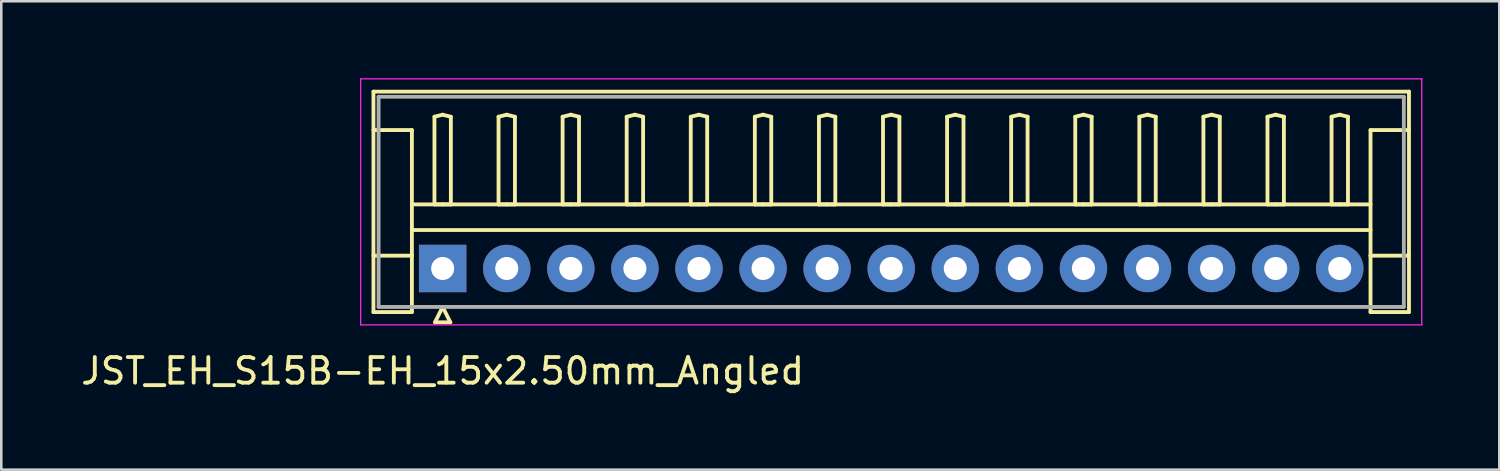
<source format=kicad_pcb>
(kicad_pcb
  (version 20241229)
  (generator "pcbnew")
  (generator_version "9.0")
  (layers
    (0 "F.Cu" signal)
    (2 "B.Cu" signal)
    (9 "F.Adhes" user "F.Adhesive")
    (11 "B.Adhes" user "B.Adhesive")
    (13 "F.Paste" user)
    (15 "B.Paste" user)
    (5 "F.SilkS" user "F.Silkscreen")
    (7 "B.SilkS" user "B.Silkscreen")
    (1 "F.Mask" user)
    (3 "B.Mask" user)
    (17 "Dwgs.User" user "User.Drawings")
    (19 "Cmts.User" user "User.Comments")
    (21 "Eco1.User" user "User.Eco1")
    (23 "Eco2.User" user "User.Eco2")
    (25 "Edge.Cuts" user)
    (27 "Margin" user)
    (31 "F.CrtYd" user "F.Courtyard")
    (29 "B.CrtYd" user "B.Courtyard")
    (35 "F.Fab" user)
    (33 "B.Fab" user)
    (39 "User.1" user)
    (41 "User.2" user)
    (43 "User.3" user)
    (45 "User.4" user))
  (footprint "JST_EH_S15B-EH_15x2.50mm_Angled"
    (layer "F.Cu")
    (at 14.22 7.425)
    (property "Reference" "JST_EH_S15B-EH_15x2.50mm_Angled" (at 0 4 0) (layer "F.SilkS") (effects (font (size 1 1) (thickness 0.15))))
    (attr through_hole)
    (fp_line (start -2.7 -6.9) (end 37.7 -6.9) (stroke (width 0.15) (type solid)) (layer "F.SilkS"))
    (fp_line (start -2.7 -5.4) (end -1.2 -5.4) (stroke (width 0.15) (type solid)) (layer "F.SilkS"))
    (fp_line (start -2.7 1.7) (end -2.7 -6.9) (stroke (width 0.15) (type solid)) (layer "F.SilkS"))
    (fp_line (start -1.2 -5.4) (end -1.2 -0.5) (stroke (width 0.15) (type solid)) (layer "F.SilkS"))
    (fp_line (start -1.2 -2.5) (end 36.2 -2.5) (stroke (width 0.15) (type solid)) (layer "F.SilkS"))
    (fp_line (start -1.2 -1.5) (end 36.2 -1.5) (stroke (width 0.15) (type solid)) (layer "F.SilkS"))
    (fp_line (start -1.2 -0.5) (end -2.7 -0.5) (stroke (width 0.15) (type solid)) (layer "F.SilkS"))
    (fp_line (start -1.2 -0.5) (end -1.2 1.7) (stroke (width 0.15) (type solid)) (layer "F.SilkS"))
    (fp_line (start -1.2 1.7) (end -2.7 1.7) (stroke (width 0.15) (type solid)) (layer "F.SilkS"))
    (fp_line (start -0.32 -5.92) (end 0 -6) (stroke (width 0.15) (type solid)) (layer "F.SilkS"))
    (fp_line (start -0.32 -2.5) (end -0.32 -5.92) (stroke (width 0.15) (type solid)) (layer "F.SilkS"))
    (fp_line (start -0.3 2.1) (end 0.3 2.1) (stroke (width 0.15) (type solid)) (layer "F.SilkS"))
    (fp_line (start 0 -6) (end 0.32 -5.92) (stroke (width 0.15) (type solid)) (layer "F.SilkS"))
    (fp_line (start 0 -2.5) (end -0.32 -2.5) (stroke (width 0.15) (type solid)) (layer "F.SilkS"))
    (fp_line (start 0 1.5) (end -0.3 2.1) (stroke (width 0.15) (type solid)) (layer "F.SilkS"))
    (fp_line (start 0.3 2.1) (end 0 1.5) (stroke (width 0.15) (type solid)) (layer "F.SilkS"))
    (fp_line (start 0.32 -5.92) (end 0.32 -2.5) (stroke (width 0.15) (type solid)) (layer "F.SilkS"))
    (fp_line (start 0.32 -2.5) (end 0 -2.5) (stroke (width 0.15) (type solid)) (layer "F.SilkS"))
    (fp_line (start 2.18 -5.92) (end 2.5 -6) (stroke (width 0.15) (type solid)) (layer "F.SilkS"))
    (fp_line (start 2.18 -2.5) (end 2.18 -5.92) (stroke (width 0.15) (type solid)) (layer "F.SilkS"))
    (fp_line (start 2.5 -6) (end 2.82 -5.92) (stroke (width 0.15) (type solid)) (layer "F.SilkS"))
    (fp_line (start 2.5 -2.5) (end 2.18 -2.5) (stroke (width 0.15) (type solid)) (layer "F.SilkS"))
    (fp_line (start 2.82 -5.92) (end 2.82 -2.5) (stroke (width 0.15) (type solid)) (layer "F.SilkS"))
    (fp_line (start 2.82 -2.5) (end 2.5 -2.5) (stroke (width 0.15) (type solid)) (layer "F.SilkS"))
    (fp_line (start 4.68 -5.92) (end 5 -6) (stroke (width 0.15) (type solid)) (layer "F.SilkS"))
    (fp_line (start 4.68 -2.5) (end 4.68 -5.92) (stroke (width 0.15) (type solid)) (layer "F.SilkS"))
    (fp_line (start 5 -6) (end 5.32 -5.92) (stroke (width 0.15) (type solid)) (layer "F.SilkS"))
    (fp_line (start 5 -2.5) (end 4.68 -2.5) (stroke (width 0.15) (type solid)) (layer "F.SilkS"))
    (fp_line (start 5.32 -5.92) (end 5.32 -2.5) (stroke (width 0.15) (type solid)) (layer "F.SilkS"))
    (fp_line (start 5.32 -2.5) (end 5 -2.5) (stroke (width 0.15) (type solid)) (layer "F.SilkS"))
    (fp_line (start 7.18 -5.92) (end 7.5 -6) (stroke (width 0.15) (type solid)) (layer "F.SilkS"))
    (fp_line (start 7.18 -2.5) (end 7.18 -5.92) (stroke (width 0.15) (type solid)) (layer "F.SilkS"))
    (fp_line (start 7.5 -6) (end 7.82 -5.92) (stroke (width 0.15) (type solid)) (layer "F.SilkS"))
    (fp_line (start 7.5 -2.5) (end 7.18 -2.5) (stroke (width 0.15) (type solid)) (layer "F.SilkS"))
    (fp_line (start 7.82 -5.92) (end 7.82 -2.5) (stroke (width 0.15) (type solid)) (layer "F.SilkS"))
    (fp_line (start 7.82 -2.5) (end 7.5 -2.5) (stroke (width 0.15) (type solid)) (layer "F.SilkS"))
    (fp_line (start 9.68 -5.92) (end 10 -6) (stroke (width 0.15) (type solid)) (layer "F.SilkS"))
    (fp_line (start 9.68 -2.5) (end 9.68 -5.92) (stroke (width 0.15) (type solid)) (layer "F.SilkS"))
    (fp_line (start 10 -6) (end 10.32 -5.92) (stroke (width 0.15) (type solid)) (layer "F.SilkS"))
    (fp_line (start 10 -2.5) (end 9.68 -2.5) (stroke (width 0.15) (type solid)) (layer "F.SilkS"))
    (fp_line (start 10.32 -5.92) (end 10.32 -2.5) (stroke (width 0.15) (type solid)) (layer "F.SilkS"))
    (fp_line (start 10.32 -2.5) (end 10 -2.5) (stroke (width 0.15) (type solid)) (layer "F.SilkS"))
    (fp_line (start 12.18 -5.92) (end 12.5 -6) (stroke (width 0.15) (type solid)) (layer "F.SilkS"))
    (fp_line (start 12.18 -2.5) (end 12.18 -5.92) (stroke (width 0.15) (type solid)) (layer "F.SilkS"))
    (fp_line (start 12.5 -6) (end 12.82 -5.92) (stroke (width 0.15) (type solid)) (layer "F.SilkS"))
    (fp_line (start 12.5 -2.5) (end 12.18 -2.5) (stroke (width 0.15) (type solid)) (layer "F.SilkS"))
    (fp_line (start 12.82 -5.92) (end 12.82 -2.5) (stroke (width 0.15) (type solid)) (layer "F.SilkS"))
    (fp_line (start 12.82 -2.5) (end 12.5 -2.5) (stroke (width 0.15) (type solid)) (layer "F.SilkS"))
    (fp_line (start 14.68 -5.92) (end 15 -6) (stroke (width 0.15) (type solid)) (layer "F.SilkS"))
    (fp_line (start 14.68 -2.5) (end 14.68 -5.92) (stroke (width 0.15) (type solid)) (layer "F.SilkS"))
    (fp_line (start 15 -6) (end 15.32 -5.92) (stroke (width 0.15) (type solid)) (layer "F.SilkS"))
    (fp_line (start 15 -2.5) (end 14.68 -2.5) (stroke (width 0.15) (type solid)) (layer "F.SilkS"))
    (fp_line (start 15.32 -5.92) (end 15.32 -2.5) (stroke (width 0.15) (type solid)) (layer "F.SilkS"))
    (fp_line (start 15.32 -2.5) (end 15 -2.5) (stroke (width 0.15) (type solid)) (layer "F.SilkS"))
    (fp_line (start 17.18 -5.92) (end 17.5 -6) (stroke (width 0.15) (type solid)) (layer "F.SilkS"))
    (fp_line (start 17.18 -2.5) (end 17.18 -5.92) (stroke (width 0.15) (type solid)) (layer "F.SilkS"))
    (fp_line (start 17.5 -6) (end 17.82 -5.92) (stroke (width 0.15) (type solid)) (layer "F.SilkS"))
    (fp_line (start 17.5 -2.5) (end 17.18 -2.5) (stroke (width 0.15) (type solid)) (layer "F.SilkS"))
    (fp_line (start 17.82 -5.92) (end 17.82 -2.5) (stroke (width 0.15) (type solid)) (layer "F.SilkS"))
    (fp_line (start 17.82 -2.5) (end 17.5 -2.5) (stroke (width 0.15) (type solid)) (layer "F.SilkS"))
    (fp_line (start 19.68 -5.92) (end 20 -6) (stroke (width 0.15) (type solid)) (layer "F.SilkS"))
    (fp_line (start 19.68 -2.5) (end 19.68 -5.92) (stroke (width 0.15) (type solid)) (layer "F.SilkS"))
    (fp_line (start 20 -6) (end 20.32 -5.92) (stroke (width 0.15) (type solid)) (layer "F.SilkS"))
    (fp_line (start 20 -2.5) (end 19.68 -2.5) (stroke (width 0.15) (type solid)) (layer "F.SilkS"))
    (fp_line (start 20.32 -5.92) (end 20.32 -2.5) (stroke (width 0.15) (type solid)) (layer "F.SilkS"))
    (fp_line (start 20.32 -2.5) (end 20 -2.5) (stroke (width 0.15) (type solid)) (layer "F.SilkS"))
    (fp_line (start 22.18 -5.92) (end 22.5 -6) (stroke (width 0.15) (type solid)) (layer "F.SilkS"))
    (fp_line (start 22.18 -2.5) (end 22.18 -5.92) (stroke (width 0.15) (type solid)) (layer "F.SilkS"))
    (fp_line (start 22.5 -6) (end 22.82 -5.92) (stroke (width 0.15) (type solid)) (layer "F.SilkS"))
    (fp_line (start 22.5 -2.5) (end 22.18 -2.5) (stroke (width 0.15) (type solid)) (layer "F.SilkS"))
    (fp_line (start 22.82 -5.92) (end 22.82 -2.5) (stroke (width 0.15) (type solid)) (layer "F.SilkS"))
    (fp_line (start 22.82 -2.5) (end 22.5 -2.5) (stroke (width 0.15) (type solid)) (layer "F.SilkS"))
    (fp_line (start 24.68 -5.92) (end 25 -6) (stroke (width 0.15) (type solid)) (layer "F.SilkS"))
    (fp_line (start 24.68 -2.5) (end 24.68 -5.92) (stroke (width 0.15) (type solid)) (layer "F.SilkS"))
    (fp_line (start 25 -6) (end 25.32 -5.92) (stroke (width 0.15) (type solid)) (layer "F.SilkS"))
    (fp_line (start 25 -2.5) (end 24.68 -2.5) (stroke (width 0.15) (type solid)) (layer "F.SilkS"))
    (fp_line (start 25.32 -5.92) (end 25.32 -2.5) (stroke (width 0.15) (type solid)) (layer "F.SilkS"))
    (fp_line (start 25.32 -2.5) (end 25 -2.5) (stroke (width 0.15) (type solid)) (layer "F.SilkS"))
    (fp_line (start 27.18 -5.92) (end 27.5 -6) (stroke (width 0.15) (type solid)) (layer "F.SilkS"))
    (fp_line (start 27.18 -2.5) (end 27.18 -5.92) (stroke (width 0.15) (type solid)) (layer "F.SilkS"))
    (fp_line (start 27.5 -6) (end 27.82 -5.92) (stroke (width 0.15) (type solid)) (layer "F.SilkS"))
    (fp_line (start 27.5 -2.5) (end 27.18 -2.5) (stroke (width 0.15) (type solid)) (layer "F.SilkS"))
    (fp_line (start 27.82 -5.92) (end 27.82 -2.5) (stroke (width 0.15) (type solid)) (layer "F.SilkS"))
    (fp_line (start 27.82 -2.5) (end 27.5 -2.5) (stroke (width 0.15) (type solid)) (layer "F.SilkS"))
    (fp_line (start 29.68 -5.92) (end 30 -6) (stroke (width 0.15) (type solid)) (layer "F.SilkS"))
    (fp_line (start 29.68 -2.5) (end 29.68 -5.92) (stroke (width 0.15) (type solid)) (layer "F.SilkS"))
    (fp_line (start 30 -6) (end 30.32 -5.92) (stroke (width 0.15) (type solid)) (layer "F.SilkS"))
    (fp_line (start 30 -2.5) (end 29.68 -2.5) (stroke (width 0.15) (type solid)) (layer "F.SilkS"))
    (fp_line (start 30.32 -5.92) (end 30.32 -2.5) (stroke (width 0.15) (type solid)) (layer "F.SilkS"))
    (fp_line (start 30.32 -2.5) (end 30 -2.5) (stroke (width 0.15) (type solid)) (layer "F.SilkS"))
    (fp_line (start 32.18 -5.92) (end 32.5 -6) (stroke (width 0.15) (type solid)) (layer "F.SilkS"))
    (fp_line (start 32.18 -2.5) (end 32.18 -5.92) (stroke (width 0.15) (type solid)) (layer "F.SilkS"))
    (fp_line (start 32.5 -6) (end 32.82 -5.92) (stroke (width 0.15) (type solid)) (layer "F.SilkS"))
    (fp_line (start 32.5 -2.5) (end 32.18 -2.5) (stroke (width 0.15) (type solid)) (layer "F.SilkS"))
    (fp_line (start 32.82 -5.92) (end 32.82 -2.5) (stroke (width 0.15) (type solid)) (layer "F.SilkS"))
    (fp_line (start 32.82 -2.5) (end 32.5 -2.5) (stroke (width 0.15) (type solid)) (layer "F.SilkS"))
    (fp_line (start 34.68 -5.92) (end 35 -6) (stroke (width 0.15) (type solid)) (layer "F.SilkS"))
    (fp_line (start 34.68 -2.5) (end 34.68 -5.92) (stroke (width 0.15) (type solid)) (layer "F.SilkS"))
    (fp_line (start 35 -6) (end 35.32 -5.92) (stroke (width 0.15) (type solid)) (layer "F.SilkS"))
    (fp_line (start 35 -2.5) (end 34.68 -2.5) (stroke (width 0.15) (type solid)) (layer "F.SilkS"))
    (fp_line (start 35.32 -5.92) (end 35.32 -2.5) (stroke (width 0.15) (type solid)) (layer "F.SilkS"))
    (fp_line (start 35.32 -2.5) (end 35 -2.5) (stroke (width 0.15) (type solid)) (layer "F.SilkS"))
    (fp_line (start 36.2 -5.4) (end 36.2 -0.5) (stroke (width 0.15) (type solid)) (layer "F.SilkS"))
    (fp_line (start 36.2 -0.5) (end 37.7 -0.5) (stroke (width 0.15) (type solid)) (layer "F.SilkS"))
    (fp_line (start 36.2 1.7) (end 36.2 -0.5) (stroke (width 0.15) (type solid)) (layer "F.SilkS"))
    (fp_line (start 37.7 -6.9) (end 37.7 1.7) (stroke (width 0.15) (type solid)) (layer "F.SilkS"))
    (fp_line (start 37.7 -5.4) (end 36.2 -5.4) (stroke (width 0.15) (type solid)) (layer "F.SilkS"))
    (fp_line (start 37.7 1.7) (end 36.2 1.7) (stroke (width 0.15) (type solid)) (layer "F.SilkS"))
    (fp_line (start -3.2 -7.4) (end -3.2 2.2) (stroke (width 0.05) (type solid)) (layer "F.CrtYd"))
    (fp_line (start -3.2 2.2) (end 38.2 2.2) (stroke (width 0.05) (type solid)) (layer "F.CrtYd"))
    (fp_line (start 38.2 -7.4) (end -3.2 -7.4) (stroke (width 0.05) (type solid)) (layer "F.CrtYd"))
    (fp_line (start 38.2 2.2) (end 38.2 -7.4) (stroke (width 0.05) (type solid)) (layer "F.CrtYd"))
    (fp_line (start -2.5 -6.7) (end -2.5 1.5) (stroke (width 0.15) (type solid)) (layer "F.Fab"))
    (fp_line (start -2.5 1.5) (end 37.5 1.5) (stroke (width 0.15) (type solid)) (layer "F.Fab"))
    (fp_line (start 37.5 -6.7) (end -2.5 -6.7) (stroke (width 0.15) (type solid)) (layer "F.Fab"))
    (fp_line (start 37.5 1.5) (end 37.5 -6.7) (stroke (width 0.15) (type solid)) (layer "F.Fab"))
    (pad "1" thru_hole rect (at 0 0) (size 1.85 1.85) (drill 0.9) (layers "*.Cu" "*.Mask"))
    (pad "2" thru_hole circle (at 2.5 0) (size 1.85 1.85) (drill 0.9) (layers "*.Cu" "*.Mask"))
    (pad "3" thru_hole circle (at 5 0) (size 1.85 1.85) (drill 0.9) (layers "*.Cu" "*.Mask"))
    (pad "4" thru_hole circle (at 7.5 0) (size 1.85 1.85) (drill 0.9) (layers "*.Cu" "*.Mask"))
    (pad "5" thru_hole circle (at 10 0) (size 1.85 1.85) (drill 0.9) (layers "*.Cu" "*.Mask"))
    (pad "6" thru_hole circle (at 12.5 0) (size 1.85 1.85) (drill 0.9) (layers "*.Cu" "*.Mask"))
    (pad "7" thru_hole circle (at 15 0) (size 1.85 1.85) (drill 0.9) (layers "*.Cu" "*.Mask"))
    (pad "8" thru_hole circle (at 17.5 0) (size 1.85 1.85) (drill 0.9) (layers "*.Cu" "*.Mask"))
    (pad "9" thru_hole circle (at 20 0) (size 1.85 1.85) (drill 0.9) (layers "*.Cu" "*.Mask"))
    (pad "10" thru_hole circle (at 22.5 0) (size 1.85 1.85) (drill 0.9) (layers "*.Cu" "*.Mask"))
    (pad "11" thru_hole circle (at 25 0) (size 1.85 1.85) (drill 0.9) (layers "*.Cu" "*.Mask"))
    (pad "12" thru_hole circle (at 27.5 0) (size 1.85 1.85) (drill 0.9) (layers "*.Cu" "*.Mask"))
    (pad "13" thru_hole circle (at 30 0) (size 1.85 1.85) (drill 0.9) (layers "*.Cu" "*.Mask"))
    (pad "14" thru_hole circle (at 32.5 0) (size 1.85 1.85) (drill 0.9) (layers "*.Cu" "*.Mask"))
    (pad "15" thru_hole circle (at 35 0) (size 1.85 1.85) (drill 0.9) (layers "*.Cu" "*.Mask")))
  (gr_rect
    (start -3 -3)
    (end 55.445 15.273)
    (stroke (width 0.1) (type default))
    (fill no)
    (layer "Edge.Cuts")))
</source>
